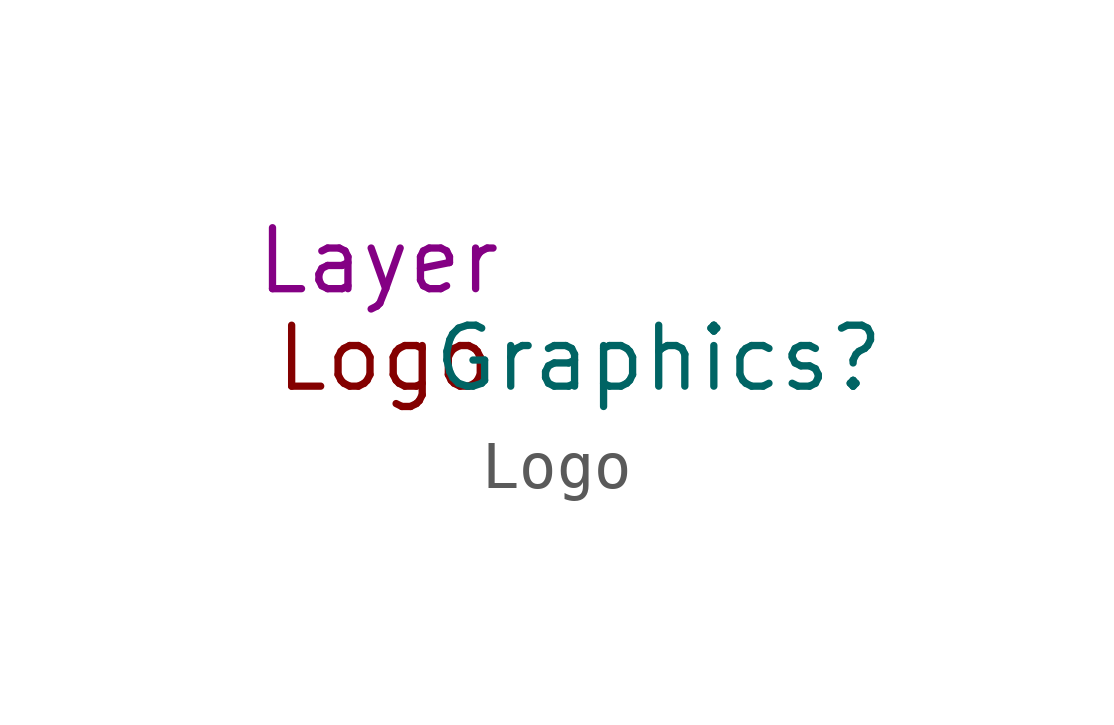
<source format=kicad_sym>
(kicad_symbol_lib
  (version 20241209)
  (generator "kicad_symbol_editor")
  (generator_version "9.0")
  (symbol "Logo"
    (property "Reference" "Graphics"
      (at 6.35 -1.27 0)
      (effects (font (size 1.27 1.27))))
    (property "Value" ""
      (at 0 0 0)
      (effects (font (size 1.27 1.27))))
    (property "Layer" "Layer"
      (at 0.508 0.762 0)
      (effects (font (size 1.27 1.27))))
    (symbol "Logo_1_1"
      (text "Logo" (at 0.635 -1.27 0) (effects (font (size 1.27 1.27)))))))
</source>
